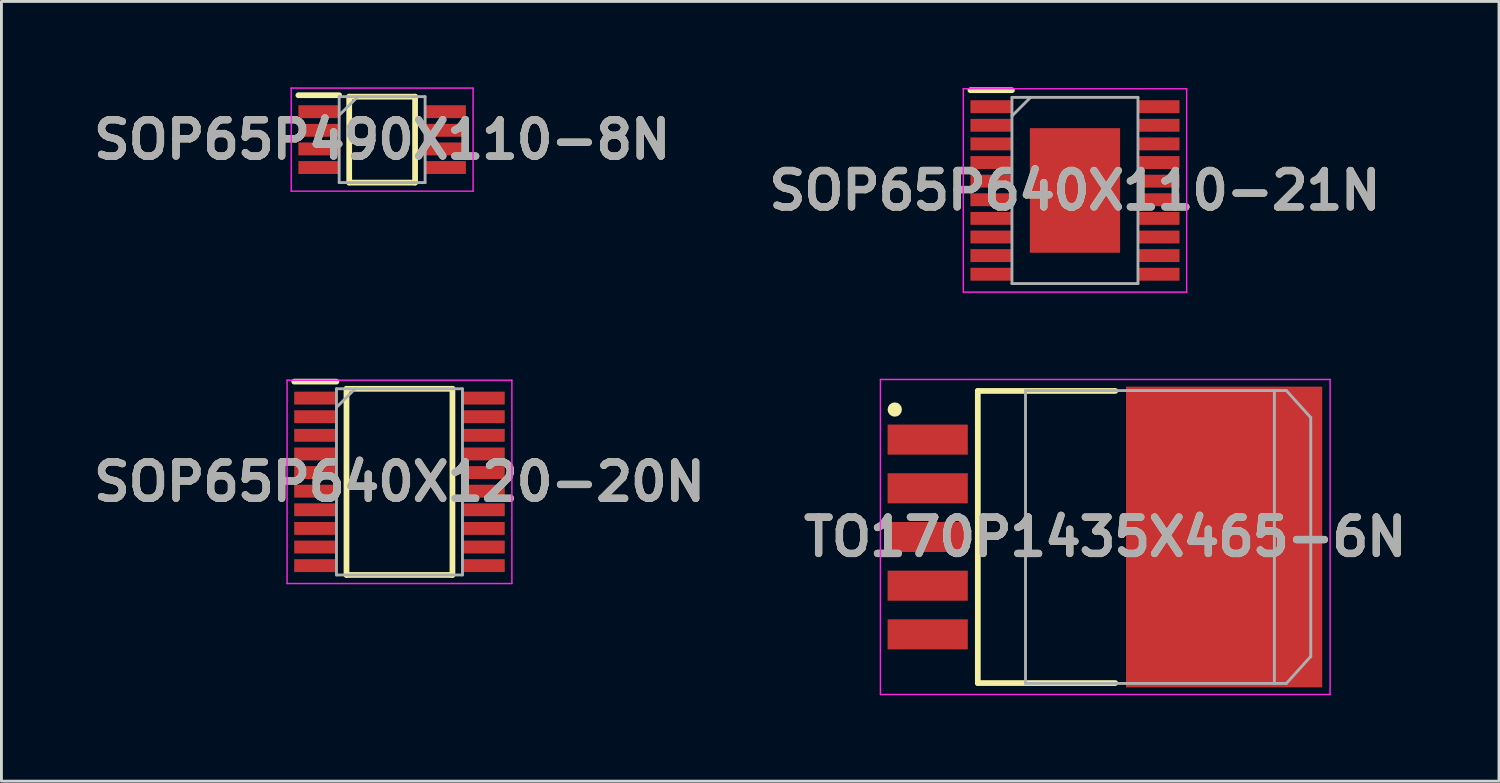
<source format=kicad_pcb>
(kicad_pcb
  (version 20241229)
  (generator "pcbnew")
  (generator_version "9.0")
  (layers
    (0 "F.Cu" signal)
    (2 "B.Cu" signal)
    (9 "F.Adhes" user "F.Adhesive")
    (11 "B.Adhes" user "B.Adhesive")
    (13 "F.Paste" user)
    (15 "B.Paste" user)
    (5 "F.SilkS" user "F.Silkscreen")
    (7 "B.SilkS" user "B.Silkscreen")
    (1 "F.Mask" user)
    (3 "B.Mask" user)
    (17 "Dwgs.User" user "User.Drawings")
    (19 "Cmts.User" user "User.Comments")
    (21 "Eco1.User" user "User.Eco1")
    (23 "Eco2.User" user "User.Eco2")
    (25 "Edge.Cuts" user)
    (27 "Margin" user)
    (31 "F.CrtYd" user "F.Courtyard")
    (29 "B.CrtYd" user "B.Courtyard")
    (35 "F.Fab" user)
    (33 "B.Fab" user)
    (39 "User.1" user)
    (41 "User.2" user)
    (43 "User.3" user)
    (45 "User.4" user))
  (footprint "TO170P1435X465-6N"
    (layer "F.Cu")
    (at 35.542 15.7)
    (property "Reference" "TO170P1435X465-6N" (at 0 0 0) (layer "F.SilkS") (effects (font (size 1.27 1.27) (thickness 0.254))))
    (attr smd)
    (fp_line (start -4.45 -5.1) (end 0.35 -5.1) (stroke (width 0.2) (type solid)) (layer "F.SilkS"))
    (fp_line (start -4.45 5.1) (end -4.45 -5.1) (stroke (width 0.2) (type solid)) (layer "F.SilkS"))
    (fp_line (start 0.35 5.1) (end -4.45 5.1) (stroke (width 0.2) (type solid)) (layer "F.SilkS"))
    (fp_circle (center -7.35 -4.45) (end -7.35 -4.325) (stroke (width 0.25) (type solid)) (fill no) (layer "F.SilkS"))
    (fp_line (start -7.85 -5.5) (end -7.85 5.5) (stroke (width 0.05) (type solid)) (layer "F.CrtYd"))
    (fp_line (start -7.85 5.5) (end 7.85 5.5) (stroke (width 0.05) (type solid)) (layer "F.CrtYd"))
    (fp_line (start -2.885 -5.205) (end -2.885 5.205) (stroke (width 0.001) (type solid)) (layer "F.CrtYd"))
    (fp_line (start -2.885 5.205) (end 6.005 5.205) (stroke (width 0.001) (type solid)) (layer "F.CrtYd"))
    (fp_line (start 6.005 -5.205) (end -2.885 -5.205) (stroke (width 0.001) (type solid)) (layer "F.CrtYd"))
    (fp_line (start 6.005 5.205) (end 6.005 -5.205) (stroke (width 0.001) (type solid)) (layer "F.CrtYd"))
    (fp_line (start 7.85 -5.5) (end -7.85 -5.5) (stroke (width 0.05) (type solid)) (layer "F.CrtYd"))
    (fp_line (start 7.85 5.5) (end 7.85 -5.5) (stroke (width 0.05) (type solid)) (layer "F.CrtYd"))
    (fp_line (start -2.785 -5.112) (end -2.785 5.112) (stroke (width 0.1) (type solid)) (layer "F.Fab"))
    (fp_line (start -2.785 5.112) (end 5.905 5.112) (stroke (width 0.1) (type solid)) (layer "F.Fab"))
    (fp_line (start 5.905 -5.112) (end -2.785 -5.112) (stroke (width 0.1) (type solid)) (layer "F.Fab"))
    (fp_line (start 5.905 5.112) (end 5.905 -5.112) (stroke (width 0.1) (type solid)) (layer "F.Fab"))
    (fp_line (start 5.905 5.112) (end 6.324 5.112) (stroke (width 0.1) (type solid)) (layer "F.Fab"))
    (fp_line (start 6.324 -5.112) (end 5.905 -5.112) (stroke (width 0.1) (type solid)) (layer "F.Fab"))
    (fp_line (start 6.324 5.112) (end 7.175 4.17) (stroke (width 0.1) (type solid)) (layer "F.Fab"))
    (fp_line (start 7.175 -4.17) (end 6.324 -5.112) (stroke (width 0.1) (type solid)) (layer "F.Fab"))
    (fp_line (start 7.175 4.17) (end 7.175 -4.17) (stroke (width 0.1) (type solid)) (layer "F.Fab"))
    (fp_text user "${REFERENCE}" (at 0 0 0) (layer "F.Fab") (effects (font (size 1.27 1.27) (thickness 0.254))))
    (pad "1" smd rect (at -6.2 -3.4 90) (size 1.05 2.8) (layers "F.Cu" "F.Mask" "F.Paste"))
    (pad "2" smd rect (at -6.2 -1.7 90) (size 1.05 2.8) (layers "F.Cu" "F.Mask" "F.Paste"))
    (pad "3" smd rect (at -6.2 0 90) (size 1.05 2.8) (layers "F.Cu" "F.Mask" "F.Paste"))
    (pad "4" smd rect (at -6.2 1.7 90) (size 1.05 2.8) (layers "F.Cu" "F.Mask" "F.Paste"))
    (pad "5" smd rect (at -6.2 3.4 90) (size 1.05 2.8) (layers "F.Cu" "F.Mask" "F.Paste"))
    (pad "6" smd rect (at 4.15 0) (size 6.85 10.5) (layers "F.Cu" "F.Mask" "F.Paste")))
  (footprint "SOP65P640X110-21N"
    (layer "F.Cu")
    (at 34.484 3.6)
    (property "Reference" "SOP65P640X110-21N" (at 0 0 0) (layer "F.SilkS") (effects (font (size 1.27 1.27) (thickness 0.254))))
    (attr smd)
    (fp_line (start -3.65 -3.5) (end -2.2 -3.5) (stroke (width 0.2) (type solid)) (layer "F.SilkS"))
    (fp_line (start -3.9 -3.55) (end 3.9 -3.55) (stroke (width 0.05) (type solid)) (layer "F.CrtYd"))
    (fp_line (start -3.9 3.55) (end -3.9 -3.55) (stroke (width 0.05) (type solid)) (layer "F.CrtYd"))
    (fp_line (start 3.9 -3.55) (end 3.9 3.55) (stroke (width 0.05) (type solid)) (layer "F.CrtYd"))
    (fp_line (start 3.9 3.55) (end -3.9 3.55) (stroke (width 0.05) (type solid)) (layer "F.CrtYd"))
    (fp_line (start -2.2 -3.25) (end 2.2 -3.25) (stroke (width 0.1) (type solid)) (layer "F.Fab"))
    (fp_line (start -2.2 -2.6) (end -1.55 -3.25) (stroke (width 0.1) (type solid)) (layer "F.Fab"))
    (fp_line (start -2.2 3.25) (end -2.2 -3.25) (stroke (width 0.1) (type solid)) (layer "F.Fab"))
    (fp_line (start 2.2 -3.25) (end 2.2 3.25) (stroke (width 0.1) (type solid)) (layer "F.Fab"))
    (fp_line (start 2.2 3.25) (end -2.2 3.25) (stroke (width 0.1) (type solid)) (layer "F.Fab"))
    (fp_text user "${REFERENCE}" (at 0 0 0) (layer "F.Fab") (effects (font (size 1.27 1.27) (thickness 0.254))))
    (pad "1" smd rect (at -2.925 -2.925 90) (size 0.45 1.45) (layers "F.Cu" "F.Mask" "F.Paste"))
    (pad "2" smd rect (at -2.925 -2.275 90) (size 0.45 1.45) (layers "F.Cu" "F.Mask" "F.Paste"))
    (pad "3" smd rect (at -2.925 -1.625 90) (size 0.45 1.45) (layers "F.Cu" "F.Mask" "F.Paste"))
    (pad "4" smd rect (at -2.925 -0.975 90) (size 0.45 1.45) (layers "F.Cu" "F.Mask" "F.Paste"))
    (pad "5" smd rect (at -2.925 -0.325 90) (size 0.45 1.45) (layers "F.Cu" "F.Mask" "F.Paste"))
    (pad "6" smd rect (at -2.925 0.325 90) (size 0.45 1.45) (layers "F.Cu" "F.Mask" "F.Paste"))
    (pad "7" smd rect (at -2.925 0.975 90) (size 0.45 1.45) (layers "F.Cu" "F.Mask" "F.Paste"))
    (pad "8" smd rect (at -2.925 1.625 90) (size 0.45 1.45) (layers "F.Cu" "F.Mask" "F.Paste"))
    (pad "9" smd rect (at -2.925 2.275 90) (size 0.45 1.45) (layers "F.Cu" "F.Mask" "F.Paste"))
    (pad "10" smd rect (at -2.925 2.925 90) (size 0.45 1.45) (layers "F.Cu" "F.Mask" "F.Paste"))
    (pad "11" smd rect (at 2.925 2.925 90) (size 0.45 1.45) (layers "F.Cu" "F.Mask" "F.Paste"))
    (pad "12" smd rect (at 2.925 2.275 90) (size 0.45 1.45) (layers "F.Cu" "F.Mask" "F.Paste"))
    (pad "13" smd rect (at 2.925 1.625 90) (size 0.45 1.45) (layers "F.Cu" "F.Mask" "F.Paste"))
    (pad "14" smd rect (at 2.925 0.975 90) (size 0.45 1.45) (layers "F.Cu" "F.Mask" "F.Paste"))
    (pad "15" smd rect (at 2.925 0.325 90) (size 0.45 1.45) (layers "F.Cu" "F.Mask" "F.Paste"))
    (pad "16" smd rect (at 2.925 -0.325 90) (size 0.45 1.45) (layers "F.Cu" "F.Mask" "F.Paste"))
    (pad "17" smd rect (at 2.925 -0.975 90) (size 0.45 1.45) (layers "F.Cu" "F.Mask" "F.Paste"))
    (pad "18" smd rect (at 2.925 -1.625 90) (size 0.45 1.45) (layers "F.Cu" "F.Mask" "F.Paste"))
    (pad "19" smd rect (at 2.925 -2.275 90) (size 0.45 1.45) (layers "F.Cu" "F.Mask" "F.Paste"))
    (pad "20" smd rect (at 2.925 -2.925 90) (size 0.45 1.45) (layers "F.Cu" "F.Mask" "F.Paste"))
    (pad "21" smd rect (at 0 0) (size 3.15 4.35) (layers "F.Cu" "F.Mask" "F.Paste")))
  (footprint "SOP65P490X110-8N"
    (layer "F.Cu")
    (at 10.293 1.825)
    (property "Reference" "SOP65P490X110-8N" (at 0 0 0) (layer "F.SilkS") (effects (font (size 1.27 1.27) (thickness 0.254))))
    (attr smd)
    (fp_line (start -2.925 -1.55) (end -1.5 -1.55) (stroke (width 0.2) (type solid)) (layer "F.SilkS"))
    (fp_line (start -1.15 -1.5) (end 1.15 -1.5) (stroke (width 0.2) (type solid)) (layer "F.SilkS"))
    (fp_line (start -1.15 1.5) (end -1.15 -1.5) (stroke (width 0.2) (type solid)) (layer "F.SilkS"))
    (fp_line (start 1.15 -1.5) (end 1.15 1.5) (stroke (width 0.2) (type solid)) (layer "F.SilkS"))
    (fp_line (start 1.15 1.5) (end -1.15 1.5) (stroke (width 0.2) (type solid)) (layer "F.SilkS"))
    (fp_line (start -3.175 -1.8) (end 3.175 -1.8) (stroke (width 0.05) (type solid)) (layer "F.CrtYd"))
    (fp_line (start -3.175 1.8) (end -3.175 -1.8) (stroke (width 0.05) (type solid)) (layer "F.CrtYd"))
    (fp_line (start 3.175 -1.8) (end 3.175 1.8) (stroke (width 0.05) (type solid)) (layer "F.CrtYd"))
    (fp_line (start 3.175 1.8) (end -3.175 1.8) (stroke (width 0.05) (type solid)) (layer "F.CrtYd"))
    (fp_line (start -1.5 -1.5) (end 1.5 -1.5) (stroke (width 0.1) (type solid)) (layer "F.Fab"))
    (fp_line (start -1.5 -0.85) (end -0.85 -1.5) (stroke (width 0.1) (type solid)) (layer "F.Fab"))
    (fp_line (start -1.5 1.5) (end -1.5 -1.5) (stroke (width 0.1) (type solid)) (layer "F.Fab"))
    (fp_line (start 1.5 -1.5) (end 1.5 1.5) (stroke (width 0.1) (type solid)) (layer "F.Fab"))
    (fp_line (start 1.5 1.5) (end -1.5 1.5) (stroke (width 0.1) (type solid)) (layer "F.Fab"))
    (fp_text user "${REFERENCE}" (at 0 0 0) (layer "F.Fab") (effects (font (size 1.27 1.27) (thickness 0.254))))
    (pad "1" smd rect (at -2.212 -0.975 90) (size 0.45 1.425) (layers "F.Cu" "F.Mask" "F.Paste"))
    (pad "2" smd rect (at -2.212 -0.325 90) (size 0.45 1.425) (layers "F.Cu" "F.Mask" "F.Paste"))
    (pad "3" smd rect (at -2.212 0.325 90) (size 0.45 1.425) (layers "F.Cu" "F.Mask" "F.Paste"))
    (pad "4" smd rect (at -2.212 0.975 90) (size 0.45 1.425) (layers "F.Cu" "F.Mask" "F.Paste"))
    (pad "5" smd rect (at 2.212 0.975 90) (size 0.45 1.425) (layers "F.Cu" "F.Mask" "F.Paste"))
    (pad "6" smd rect (at 2.212 0.325 90) (size 0.45 1.425) (layers "F.Cu" "F.Mask" "F.Paste"))
    (pad "7" smd rect (at 2.212 -0.325 90) (size 0.45 1.425) (layers "F.Cu" "F.Mask" "F.Paste"))
    (pad "8" smd rect (at 2.212 -0.975 90) (size 0.45 1.425) (layers "F.Cu" "F.Mask" "F.Paste")))
  (footprint "SOP65P640X120-20N"
    (layer "F.Cu")
    (at 10.898 13.775)
    (property "Reference" "SOP65P640X120-20N" (at 0 0 0) (layer "F.SilkS") (effects (font (size 1.27 1.27) (thickness 0.254))))
    (attr smd)
    (fp_line (start -3.675 -3.5) (end -2.2 -3.5) (stroke (width 0.2) (type solid)) (layer "F.SilkS"))
    (fp_line (start -1.85 -3.25) (end 1.85 -3.25) (stroke (width 0.2) (type solid)) (layer "F.SilkS"))
    (fp_line (start -1.85 3.25) (end -1.85 -3.25) (stroke (width 0.2) (type solid)) (layer "F.SilkS"))
    (fp_line (start 1.85 -3.25) (end 1.85 3.25) (stroke (width 0.2) (type solid)) (layer "F.SilkS"))
    (fp_line (start 1.85 3.25) (end -1.85 3.25) (stroke (width 0.2) (type solid)) (layer "F.SilkS"))
    (fp_line (start -3.925 -3.55) (end 3.925 -3.55) (stroke (width 0.05) (type solid)) (layer "F.CrtYd"))
    (fp_line (start -3.925 3.55) (end -3.925 -3.55) (stroke (width 0.05) (type solid)) (layer "F.CrtYd"))
    (fp_line (start 3.925 -3.55) (end 3.925 3.55) (stroke (width 0.05) (type solid)) (layer "F.CrtYd"))
    (fp_line (start 3.925 3.55) (end -3.925 3.55) (stroke (width 0.05) (type solid)) (layer "F.CrtYd"))
    (fp_line (start -2.2 -3.25) (end 2.2 -3.25) (stroke (width 0.1) (type solid)) (layer "F.Fab"))
    (fp_line (start -2.2 -2.6) (end -1.55 -3.25) (stroke (width 0.1) (type solid)) (layer "F.Fab"))
    (fp_line (start -2.2 3.25) (end -2.2 -3.25) (stroke (width 0.1) (type solid)) (layer "F.Fab"))
    (fp_line (start 2.2 -3.25) (end 2.2 3.25) (stroke (width 0.1) (type solid)) (layer "F.Fab"))
    (fp_line (start 2.2 3.25) (end -2.2 3.25) (stroke (width 0.1) (type solid)) (layer "F.Fab"))
    (fp_text user "${REFERENCE}" (at 0 0 0) (layer "F.Fab") (effects (font (size 1.27 1.27) (thickness 0.254))))
    (pad "1" smd rect (at -2.938 -2.925 90) (size 0.45 1.475) (layers "F.Cu" "F.Mask" "F.Paste"))
    (pad "2" smd rect (at -2.938 -2.275 90) (size 0.45 1.475) (layers "F.Cu" "F.Mask" "F.Paste"))
    (pad "3" smd rect (at -2.938 -1.625 90) (size 0.45 1.475) (layers "F.Cu" "F.Mask" "F.Paste"))
    (pad "4" smd rect (at -2.938 -0.975 90) (size 0.45 1.475) (layers "F.Cu" "F.Mask" "F.Paste"))
    (pad "5" smd rect (at -2.938 -0.325 90) (size 0.45 1.475) (layers "F.Cu" "F.Mask" "F.Paste"))
    (pad "6" smd rect (at -2.938 0.325 90) (size 0.45 1.475) (layers "F.Cu" "F.Mask" "F.Paste"))
    (pad "7" smd rect (at -2.938 0.975 90) (size 0.45 1.475) (layers "F.Cu" "F.Mask" "F.Paste"))
    (pad "8" smd rect (at -2.938 1.625 90) (size 0.45 1.475) (layers "F.Cu" "F.Mask" "F.Paste"))
    (pad "9" smd rect (at -2.938 2.275 90) (size 0.45 1.475) (layers "F.Cu" "F.Mask" "F.Paste"))
    (pad "10" smd rect (at -2.938 2.925 90) (size 0.45 1.475) (layers "F.Cu" "F.Mask" "F.Paste"))
    (pad "11" smd rect (at 2.938 2.925 90) (size 0.45 1.475) (layers "F.Cu" "F.Mask" "F.Paste"))
    (pad "12" smd rect (at 2.938 2.275 90) (size 0.45 1.475) (layers "F.Cu" "F.Mask" "F.Paste"))
    (pad "13" smd rect (at 2.938 1.625 90) (size 0.45 1.475) (layers "F.Cu" "F.Mask" "F.Paste"))
    (pad "14" smd rect (at 2.938 0.975 90) (size 0.45 1.475) (layers "F.Cu" "F.Mask" "F.Paste"))
    (pad "15" smd rect (at 2.938 0.325 90) (size 0.45 1.475) (layers "F.Cu" "F.Mask" "F.Paste"))
    (pad "16" smd rect (at 2.938 -0.325 90) (size 0.45 1.475) (layers "F.Cu" "F.Mask" "F.Paste"))
    (pad "17" smd rect (at 2.938 -0.975 90) (size 0.45 1.475) (layers "F.Cu" "F.Mask" "F.Paste"))
    (pad "18" smd rect (at 2.938 -1.625 90) (size 0.45 1.475) (layers "F.Cu" "F.Mask" "F.Paste"))
    (pad "19" smd rect (at 2.938 -2.275 90) (size 0.45 1.475) (layers "F.Cu" "F.Mask" "F.Paste"))
    (pad "20" smd rect (at 2.938 -2.925 90) (size 0.45 1.475) (layers "F.Cu" "F.Mask" "F.Paste")))
  (gr_rect
    (start -3 -3)
    (end 49.289 24.225)
    (stroke (width 0.1) (type default))
    (fill no)
    (layer "Edge.Cuts")))
</source>
